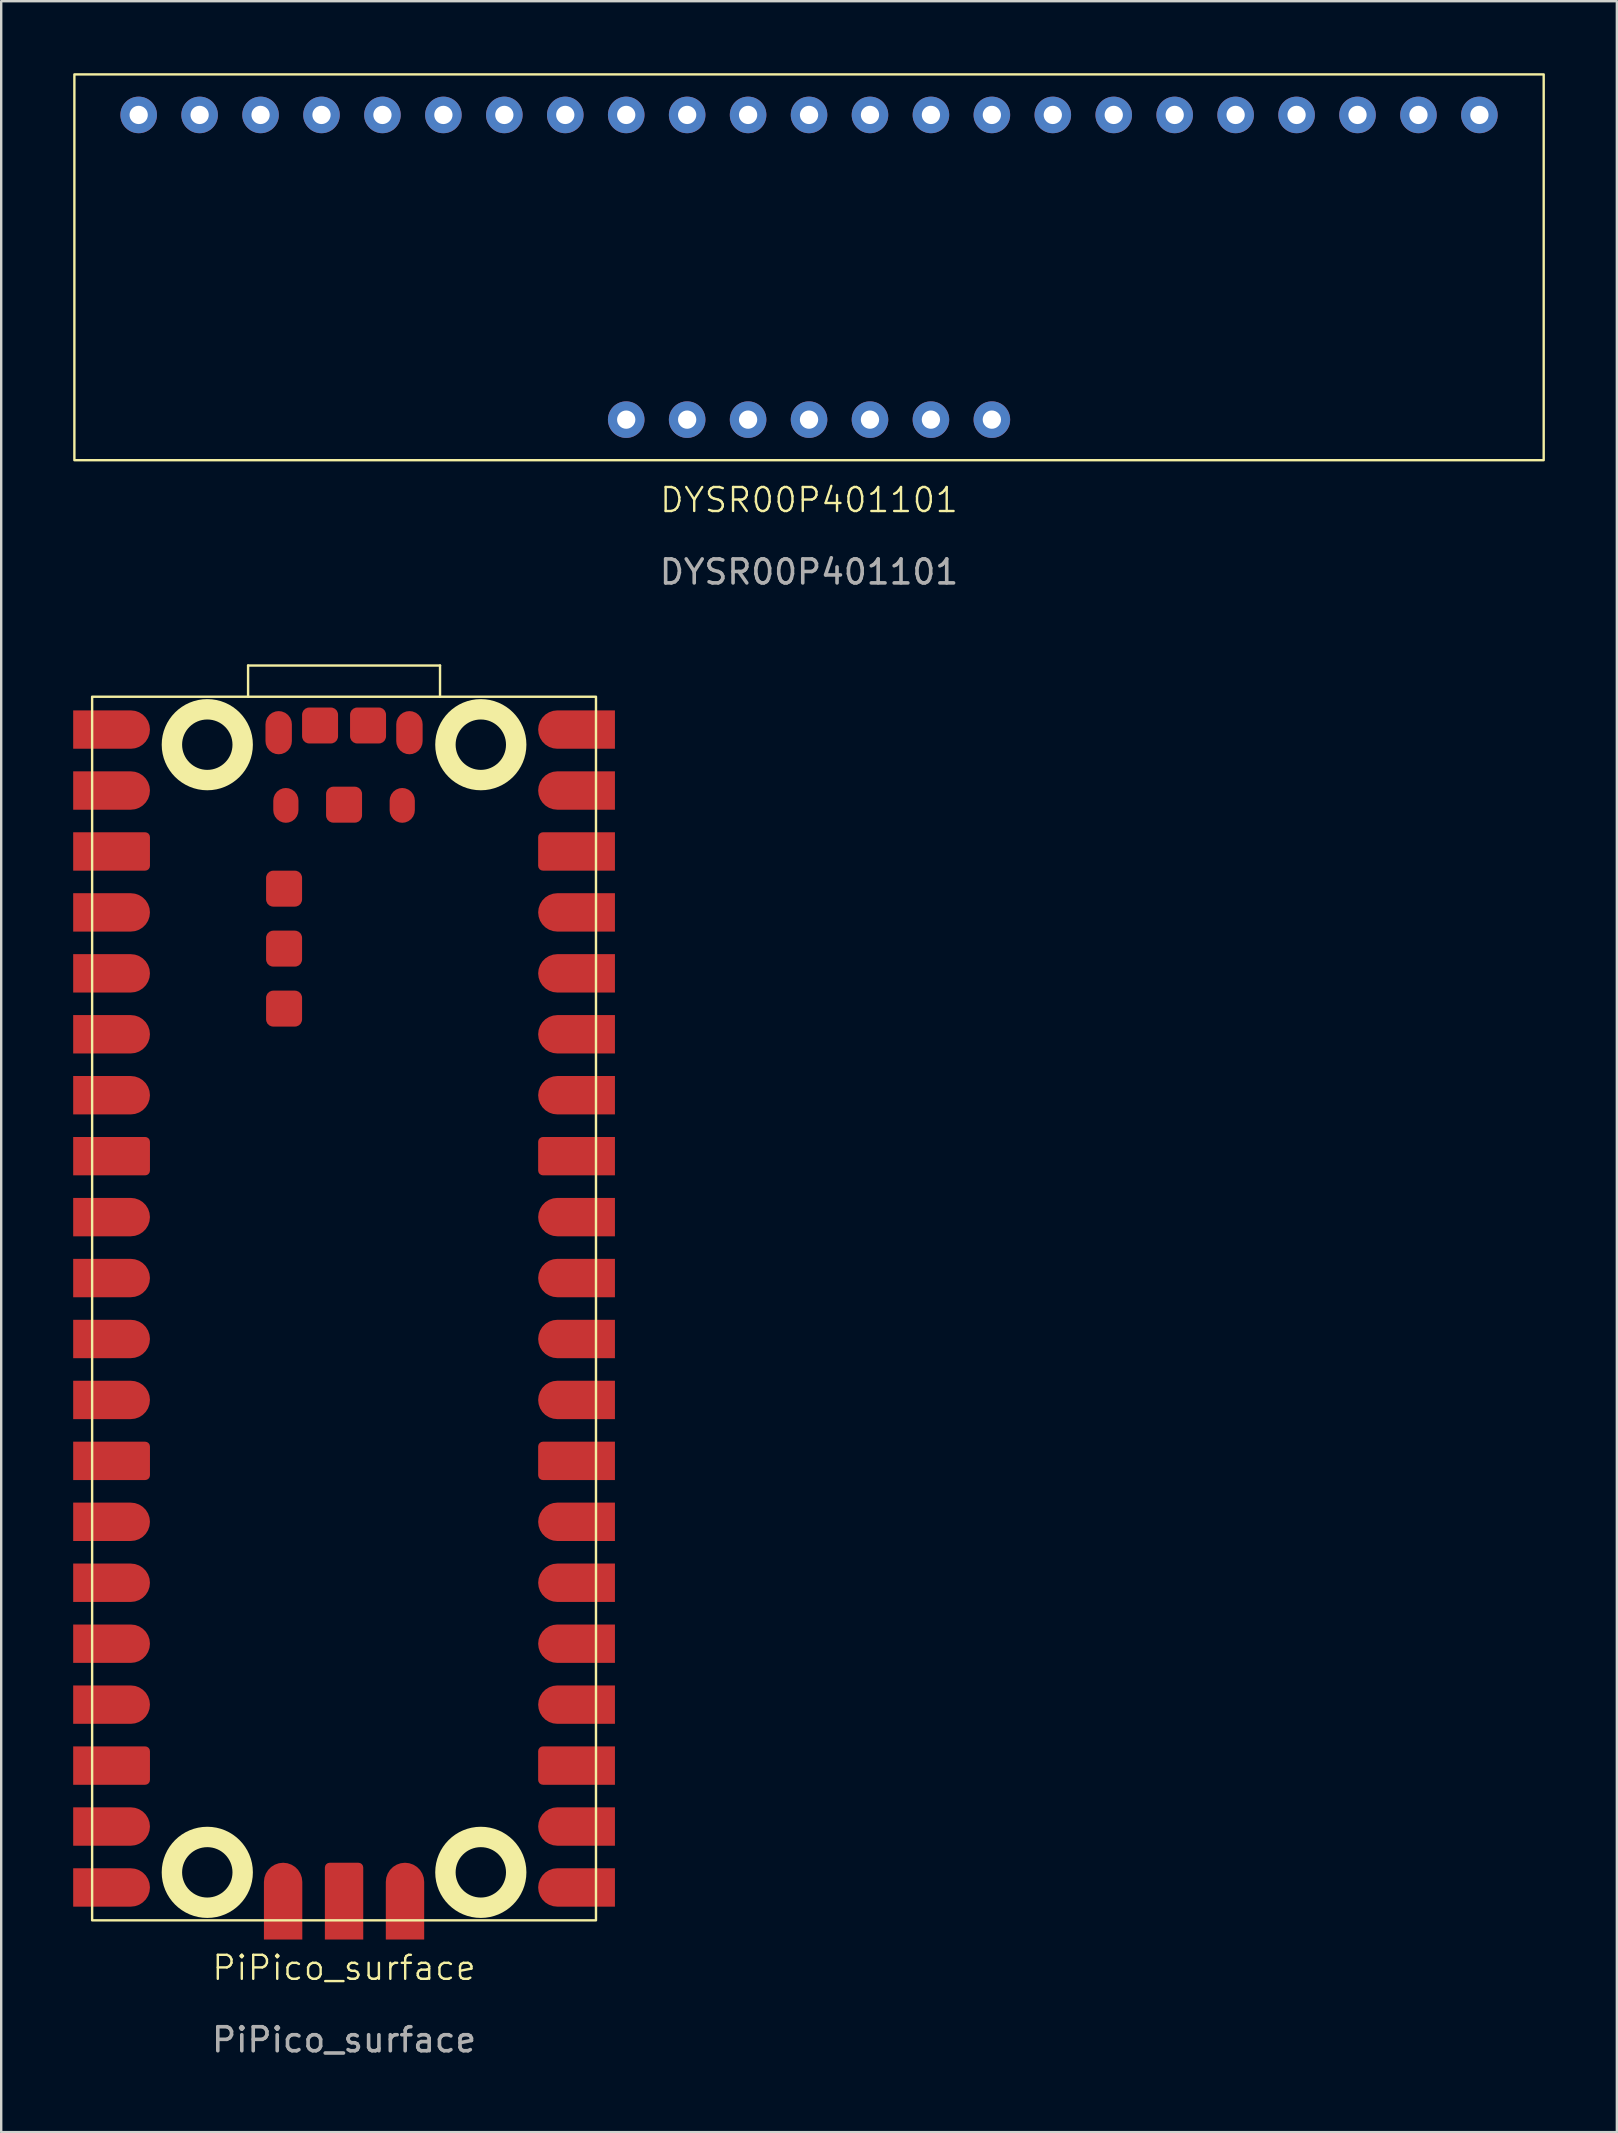
<source format=kicad_pcb>
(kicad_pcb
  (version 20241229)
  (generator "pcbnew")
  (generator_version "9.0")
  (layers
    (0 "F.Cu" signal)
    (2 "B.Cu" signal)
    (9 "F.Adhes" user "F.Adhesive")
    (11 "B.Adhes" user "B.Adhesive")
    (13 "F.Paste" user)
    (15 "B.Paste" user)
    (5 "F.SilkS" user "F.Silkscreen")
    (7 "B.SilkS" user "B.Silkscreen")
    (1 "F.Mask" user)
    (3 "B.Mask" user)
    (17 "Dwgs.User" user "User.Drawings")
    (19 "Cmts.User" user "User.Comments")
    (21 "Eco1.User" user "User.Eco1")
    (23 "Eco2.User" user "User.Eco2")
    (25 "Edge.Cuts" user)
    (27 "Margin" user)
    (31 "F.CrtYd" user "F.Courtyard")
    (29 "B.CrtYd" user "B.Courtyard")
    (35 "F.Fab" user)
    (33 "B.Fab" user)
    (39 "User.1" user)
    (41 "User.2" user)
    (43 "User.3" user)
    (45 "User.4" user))
  (footprint "PiPico_surface"
    (layer "F.Cu")
    (at 11.29 51.488)
    (property "Reference" "PiPico_surface" (at 0 27.48 0) (unlocked yes) (layer "F.SilkS") (effects (font (size 1 1) (thickness 0.1))))
    (attr through_hole)
    (fp_line (start -4 -26.8) (end 4 -26.8) (stroke (width 0.1) (type default)) (layer "F.SilkS"))
    (fp_line (start -4 -25.5) (end -4 -26.8) (stroke (width 0.1) (type default)) (layer "F.SilkS"))
    (fp_line (start 4 -26.8) (end 4 -25.5) (stroke (width 0.1) (type default)) (layer "F.SilkS"))
    (fp_rect (start -10.5 -25.5) (end 10.5 25.5) (stroke (width 0.1) (type default)) (fill no) (layer "F.SilkS"))
    (fp_circle (center -5.7 -23.5) (end -4.225 -23.5) (stroke (width 0.85) (type default)) (fill no) (layer "F.SilkS"))
    (fp_circle (center -5.7 23.5) (end -4.225 23.5) (stroke (width 0.85) (type default)) (fill no) (layer "F.SilkS"))
    (fp_circle (center 5.7 -23.5) (end 7.175 -23.5) (stroke (width 0.85) (type default)) (fill no) (layer "F.SilkS"))
    (fp_circle (center 5.7 23.5) (end 7.175 23.5) (stroke (width 0.85) (type default)) (fill no) (layer "F.SilkS"))
    (fp_text user "${REFERENCE}" (at 0 30.48 0) (unlocked yes) (layer "F.Fab") (effects (font (size 1 1) (thickness 0.15))))
    (pad "1" smd roundrect (at -9.69 -24.13) (size 3.2 1.6) (layers "F.Cu" "F.Mask" "F.Paste") (roundrect_rratio 0.5) (chamfer_ratio 0) (chamfer top_left bottom_left))
    (pad "2" smd roundrect (at -9.69 -21.59) (size 3.2 1.6) (layers "F.Cu" "F.Mask" "F.Paste") (roundrect_rratio 0.5) (chamfer_ratio 0) (chamfer top_left bottom_left))
    (pad "3" smd roundrect (at -9.69 -19.05) (size 3.2 1.6) (layers "F.Cu" "F.Mask" "F.Paste") (roundrect_rratio 0.125) (chamfer_ratio 0) (chamfer top_left bottom_left))
    (pad "4" smd roundrect (at -9.69 -16.51) (size 3.2 1.6) (layers "F.Cu" "F.Mask" "F.Paste") (roundrect_rratio 0.5) (chamfer_ratio 0) (chamfer top_left bottom_left))
    (pad "5" smd roundrect (at -9.69 -13.97) (size 3.2 1.6) (layers "F.Cu" "F.Mask" "F.Paste") (roundrect_rratio 0.5) (chamfer_ratio 0) (chamfer top_left bottom_left))
    (pad "6" smd roundrect (at -9.69 -11.43) (size 3.2 1.6) (layers "F.Cu" "F.Mask" "F.Paste") (roundrect_rratio 0.5) (chamfer_ratio 0) (chamfer top_left bottom_left))
    (pad "7" smd roundrect (at -9.69 -8.89) (size 3.2 1.6) (layers "F.Cu" "F.Mask" "F.Paste") (roundrect_rratio 0.5) (chamfer_ratio 0) (chamfer top_left bottom_left))
    (pad "8" smd roundrect (at -9.69 -6.35) (size 3.2 1.6) (layers "F.Cu" "F.Mask" "F.Paste") (roundrect_rratio 0.125) (chamfer_ratio 0) (chamfer top_left bottom_left))
    (pad "9" smd roundrect (at -9.69 -3.81) (size 3.2 1.6) (layers "F.Cu" "F.Mask" "F.Paste") (roundrect_rratio 0.5) (chamfer_ratio 0) (chamfer top_left bottom_left))
    (pad "10" smd roundrect (at -9.69 -1.27) (size 3.2 1.6) (layers "F.Cu" "F.Mask" "F.Paste") (roundrect_rratio 0.5) (chamfer_ratio 0) (chamfer top_left bottom_left))
    (pad "11" smd roundrect (at -9.69 1.27) (size 3.2 1.6) (layers "F.Cu" "F.Mask" "F.Paste") (roundrect_rratio 0.5) (chamfer_ratio 0) (chamfer top_left bottom_left))
    (pad "12" smd roundrect (at -9.69 3.81) (size 3.2 1.6) (layers "F.Cu" "F.Mask" "F.Paste") (roundrect_rratio 0.5) (chamfer_ratio 0) (chamfer top_left bottom_left))
    (pad "13" smd roundrect (at -9.69 6.35) (size 3.2 1.6) (layers "F.Cu" "F.Mask" "F.Paste") (roundrect_rratio 0.125) (chamfer_ratio 0) (chamfer top_left bottom_left))
    (pad "14" smd roundrect (at -9.69 8.89) (size 3.2 1.6) (layers "F.Cu" "F.Mask" "F.Paste") (roundrect_rratio 0.5) (chamfer_ratio 0) (chamfer top_left bottom_left))
    (pad "15" smd roundrect (at -9.69 11.43) (size 3.2 1.6) (layers "F.Cu" "F.Mask" "F.Paste") (roundrect_rratio 0.5) (chamfer_ratio 0) (chamfer top_left bottom_left))
    (pad "16" smd roundrect (at -9.69 13.97) (size 3.2 1.6) (layers "F.Cu" "F.Mask" "F.Paste") (roundrect_rratio 0.5) (chamfer_ratio 0) (chamfer top_left bottom_left))
    (pad "17" smd roundrect (at -9.69 16.51) (size 3.2 1.6) (layers "F.Cu" "F.Mask" "F.Paste") (roundrect_rratio 0.5) (chamfer_ratio 0) (chamfer top_left bottom_left))
    (pad "18" smd roundrect (at -9.69 19.05) (size 3.2 1.6) (layers "F.Cu" "F.Mask" "F.Paste") (roundrect_rratio 0.125) (chamfer_ratio 0) (chamfer top_left bottom_left))
    (pad "19" smd roundrect (at -9.69 21.59) (size 3.2 1.6) (layers "F.Cu" "F.Mask" "F.Paste") (roundrect_rratio 0.5) (chamfer_ratio 0) (chamfer top_left bottom_left))
    (pad "20" smd roundrect (at -9.69 24.13) (size 3.2 1.6) (layers "F.Cu" "F.Mask" "F.Paste") (roundrect_rratio 0.5) (chamfer_ratio 0) (chamfer top_left bottom_left))
    (pad "21" smd roundrect (at 9.69 24.13 180) (size 3.2 1.6) (layers "F.Cu" "F.Mask" "F.Paste") (roundrect_rratio 0.5) (chamfer_ratio 0) (chamfer top_left bottom_left))
    (pad "22" smd roundrect (at 9.69 21.59 180) (size 3.2 1.6) (layers "F.Cu" "F.Mask" "F.Paste") (roundrect_rratio 0.5) (chamfer_ratio 0) (chamfer top_left bottom_left))
    (pad "23" smd roundrect (at 9.69 19.05 180) (size 3.2 1.6) (layers "F.Cu" "F.Mask" "F.Paste") (roundrect_rratio 0.125) (chamfer_ratio 0) (chamfer top_left bottom_left))
    (pad "24" smd roundrect (at 9.69 16.51 180) (size 3.2 1.6) (layers "F.Cu" "F.Mask" "F.Paste") (roundrect_rratio 0.5) (chamfer_ratio 0) (chamfer top_left bottom_left))
    (pad "25" smd roundrect (at 9.69 13.97 180) (size 3.2 1.6) (layers "F.Cu" "F.Mask" "F.Paste") (roundrect_rratio 0.5) (chamfer_ratio 0) (chamfer top_left bottom_left))
    (pad "26" smd roundrect (at 9.69 11.43 180) (size 3.2 1.6) (layers "F.Cu" "F.Mask" "F.Paste") (roundrect_rratio 0.5) (chamfer_ratio 0) (chamfer top_left bottom_left))
    (pad "27" smd roundrect (at 9.69 8.89 180) (size 3.2 1.6) (layers "F.Cu" "F.Mask" "F.Paste") (roundrect_rratio 0.5) (chamfer_ratio 0) (chamfer top_left bottom_left))
    (pad "28" smd roundrect (at 9.69 6.35 180) (size 3.2 1.6) (layers "F.Cu" "F.Mask" "F.Paste") (roundrect_rratio 0.125) (chamfer_ratio 0) (chamfer top_left bottom_left))
    (pad "29" smd roundrect (at 9.69 3.81 180) (size 3.2 1.6) (layers "F.Cu" "F.Mask" "F.Paste") (roundrect_rratio 0.5) (chamfer_ratio 0) (chamfer top_left bottom_left))
    (pad "30" smd roundrect (at 9.69 1.27 180) (size 3.2 1.6) (layers "F.Cu" "F.Mask" "F.Paste") (roundrect_rratio 0.5) (chamfer_ratio 0) (chamfer top_left bottom_left))
    (pad "31" smd roundrect (at 9.69 -1.27 180) (size 3.2 1.6) (layers "F.Cu" "F.Mask" "F.Paste") (roundrect_rratio 0.5) (chamfer_ratio 0) (chamfer top_left bottom_left))
    (pad "32" smd roundrect (at 9.69 -3.81 180) (size 3.2 1.6) (layers "F.Cu" "F.Mask" "F.Paste") (roundrect_rratio 0.5) (chamfer_ratio 0) (chamfer top_left bottom_left))
    (pad "33" smd roundrect (at 9.69 -6.35 180) (size 3.2 1.6) (layers "F.Cu" "F.Mask" "F.Paste") (roundrect_rratio 0.125) (chamfer_ratio 0) (chamfer top_left bottom_left))
    (pad "34" smd roundrect (at 9.69 -8.89 180) (size 3.2 1.6) (layers "F.Cu" "F.Mask" "F.Paste") (roundrect_rratio 0.5) (chamfer_ratio 0) (chamfer top_left bottom_left))
    (pad "35" smd roundrect (at 9.69 -11.43 180) (size 3.2 1.6) (layers "F.Cu" "F.Mask" "F.Paste") (roundrect_rratio 0.5) (chamfer_ratio 0) (chamfer top_left bottom_left))
    (pad "36" smd roundrect (at 9.69 -13.97 180) (size 3.2 1.6) (layers "F.Cu" "F.Mask" "F.Paste") (roundrect_rratio 0.5) (chamfer_ratio 0) (chamfer top_left bottom_left))
    (pad "37" smd roundrect (at 9.69 -16.51 180) (size 3.2 1.6) (layers "F.Cu" "F.Mask" "F.Paste") (roundrect_rratio 0.5) (chamfer_ratio 0) (chamfer top_left bottom_left))
    (pad "38" smd roundrect (at 9.69 -19.05 180) (size 3.2 1.6) (layers "F.Cu" "F.Mask" "F.Paste") (roundrect_rratio 0.125) (chamfer_ratio 0) (chamfer top_left bottom_left))
    (pad "39" smd roundrect (at 9.69 -21.59 180) (size 3.2 1.6) (layers "F.Cu" "F.Mask" "F.Paste") (roundrect_rratio 0.5) (chamfer_ratio 0) (chamfer top_left bottom_left))
    (pad "40" smd roundrect (at 9.69 -24.13 180) (size 3.2 1.6) (layers "F.Cu" "F.Mask" "F.Paste") (roundrect_rratio 0.5) (chamfer_ratio 0) (chamfer top_left bottom_left))
    (pad "A" smd roundrect (at -2.725 -24) (size 1.1 1.8) (layers "F.Cu" "F.Mask" "F.Paste") (roundrect_rratio 0.5))
    (pad "B" smd roundrect (at 2.725 -24 180) (size 1.1 1.8) (layers "F.Cu" "F.Mask" "F.Paste") (roundrect_rratio 0.5))
    (pad "C" smd roundrect (at -2.425 -20.97) (size 1.05 1.45) (layers "F.Cu" "F.Mask" "F.Paste") (roundrect_rratio 0.5))
    (pad "D" smd roundrect (at 2.425 -20.97) (size 1.05 1.45) (layers "F.Cu" "F.Mask" "F.Paste") (roundrect_rratio 0.5))
    (pad "D1" smd roundrect (at -2.54 24.7 90) (size 3.2 1.6) (layers "F.Cu" "F.Mask" "F.Paste") (roundrect_rratio 0.5) (chamfer_ratio 0) (chamfer top_left bottom_left))
    (pad "D2" smd roundrect (at 0 24.7 90) (size 3.2 1.6) (layers "F.Cu" "F.Mask" "F.Paste") (roundrect_rratio 0.125) (chamfer_ratio 0) (chamfer top_left bottom_left))
    (pad "D3" smd roundrect (at 2.54 24.7 90) (size 3.2 1.6) (layers "F.Cu" "F.Mask" "F.Paste") (roundrect_rratio 0.5) (chamfer_ratio 0) (chamfer top_left bottom_left))
    (pad "TP1" smd roundrect (at 0 -21 90) (size 1.5 1.5) (layers "F.Cu" "F.Mask" "F.Paste") (roundrect_rratio 0.2))
    (pad "TP2" smd roundrect (at 1 -24.3 90) (size 1.5 1.5) (layers "F.Cu" "F.Mask" "F.Paste") (roundrect_rratio 0.2))
    (pad "TP3" smd roundrect (at -1 -24.3 90) (size 1.5 1.5) (layers "F.Cu" "F.Mask" "F.Paste") (roundrect_rratio 0.2))
    (pad "TP4" smd roundrect (at -2.5 -17.5 90) (size 1.5 1.5) (layers "F.Cu" "F.Mask" "F.Paste") (roundrect_rratio 0.2))
    (pad "TP5" smd roundrect (at -2.5 -15 90) (size 1.5 1.5) (layers "F.Cu" "F.Mask" "F.Paste") (roundrect_rratio 0.2))
    (pad "TP6" smd roundrect (at -2.5 -12.5 90) (size 1.5 1.5) (layers "F.Cu" "F.Mask" "F.Paste") (roundrect_rratio 0.2)))
  (footprint "DYSR00P401101"
    (layer "F.Cu")
    (at 30.67 8.09)
    (property "Reference" "DYSR00P401101" (at 0 9.7 0) (unlocked yes) (layer "F.SilkS") (effects (font (size 1 1) (thickness 0.1))))
    (attr through_hole)
    (fp_rect (start -30.62 -8.04) (end 30.62 8.04) (stroke (width 0.1) (type default)) (fill no) (layer "F.SilkS"))
    (fp_text user "${REFERENCE}" (at 0 12.7 0) (unlocked yes) (layer "F.Fab") (effects (font (size 1 1) (thickness 0.15))))
    (pad "9" thru_hole circle (at -7.62 6.35) (size 1.524 1.524) (drill 0.762) (layers "*.Cu" "*.Mask"))
    (pad "10" thru_hole circle (at -5.08 6.35) (size 1.524 1.524) (drill 0.762) (layers "*.Cu" "*.Mask"))
    (pad "11" thru_hole circle (at -2.54 6.35) (size 1.524 1.524) (drill 0.762) (layers "*.Cu" "*.Mask"))
    (pad "12" thru_hole circle (at 0 6.35) (size 1.524 1.524) (drill 0.762) (layers "*.Cu" "*.Mask"))
    (pad "13" thru_hole circle (at 2.54 6.35) (size 1.524 1.524) (drill 0.762) (layers "*.Cu" "*.Mask"))
    (pad "14" thru_hole circle (at 5.08 6.35) (size 1.524 1.524) (drill 0.762) (layers "*.Cu" "*.Mask"))
    (pad "15" thru_hole circle (at 7.62 6.35) (size 1.524 1.524) (drill 0.762) (layers "*.Cu" "*.Mask"))
    (pad "24" thru_hole circle (at 27.94 -6.35) (size 1.524 1.524) (drill 0.762) (layers "*.Cu" "*.Mask"))
    (pad "25" thru_hole circle (at 25.4 -6.35) (size 1.524 1.524) (drill 0.762) (layers "*.Cu" "*.Mask"))
    (pad "26" thru_hole circle (at 22.86 -6.35) (size 1.524 1.524) (drill 0.762) (layers "*.Cu" "*.Mask"))
    (pad "27" thru_hole circle (at 20.32 -6.35) (size 1.524 1.524) (drill 0.762) (layers "*.Cu" "*.Mask"))
    (pad "28" thru_hole circle (at 17.78 -6.35) (size 1.524 1.524) (drill 0.762) (layers "*.Cu" "*.Mask"))
    (pad "29" thru_hole circle (at 15.24 -6.35) (size 1.524 1.524) (drill 0.762) (layers "*.Cu" "*.Mask"))
    (pad "30" thru_hole circle (at 12.7 -6.35) (size 1.524 1.524) (drill 0.762) (layers "*.Cu" "*.Mask"))
    (pad "31" thru_hole circle (at 10.16 -6.35) (size 1.524 1.524) (drill 0.762) (layers "*.Cu" "*.Mask"))
    (pad "32" thru_hole circle (at 7.62 -6.35) (size 1.524 1.524) (drill 0.762) (layers "*.Cu" "*.Mask"))
    (pad "33" thru_hole circle (at 5.08 -6.35) (size 1.524 1.524) (drill 0.762) (layers "*.Cu" "*.Mask"))
    (pad "34" thru_hole circle (at 2.54 -6.35) (size 1.524 1.524) (drill 0.762) (layers "*.Cu" "*.Mask"))
    (pad "35" thru_hole circle (at 0 -6.35) (size 1.524 1.524) (drill 0.762) (layers "*.Cu" "*.Mask"))
    (pad "36" thru_hole circle (at -2.54 -6.35) (size 1.524 1.524) (drill 0.762) (layers "*.Cu" "*.Mask"))
    (pad "37" thru_hole circle (at -5.08 -6.35) (size 1.524 1.524) (drill 0.762) (layers "*.Cu" "*.Mask"))
    (pad "38" thru_hole circle (at -7.62 -6.35) (size 1.524 1.524) (drill 0.762) (layers "*.Cu" "*.Mask"))
    (pad "39" thru_hole circle (at -10.16 -6.35) (size 1.524 1.524) (drill 0.762) (layers "*.Cu" "*.Mask"))
    (pad "40" thru_hole circle (at -12.7 -6.35) (size 1.524 1.524) (drill 0.762) (layers "*.Cu" "*.Mask"))
    (pad "41" thru_hole circle (at -15.24 -6.35) (size 1.524 1.524) (drill 0.762) (layers "*.Cu" "*.Mask"))
    (pad "42" thru_hole circle (at -17.78 -6.35) (size 1.524 1.524) (drill 0.762) (layers "*.Cu" "*.Mask"))
    (pad "43" thru_hole circle (at -20.32 -6.35) (size 1.524 1.524) (drill 0.762) (layers "*.Cu" "*.Mask"))
    (pad "44" thru_hole circle (at -22.86 -6.35) (size 1.524 1.524) (drill 0.762) (layers "*.Cu" "*.Mask"))
    (pad "45" thru_hole circle (at -25.4 -6.35) (size 1.524 1.524) (drill 0.762) (layers "*.Cu" "*.Mask"))
    (pad "46" thru_hole circle (at -27.94 -6.35) (size 1.524 1.524) (drill 0.762) (layers "*.Cu" "*.Mask")))
  (gr_rect
    (start -3 -3)
    (end 64.34 85.817)
    (stroke (width 0.1) (type default))
    (fill no)
    (layer "Edge.Cuts")))
</source>
